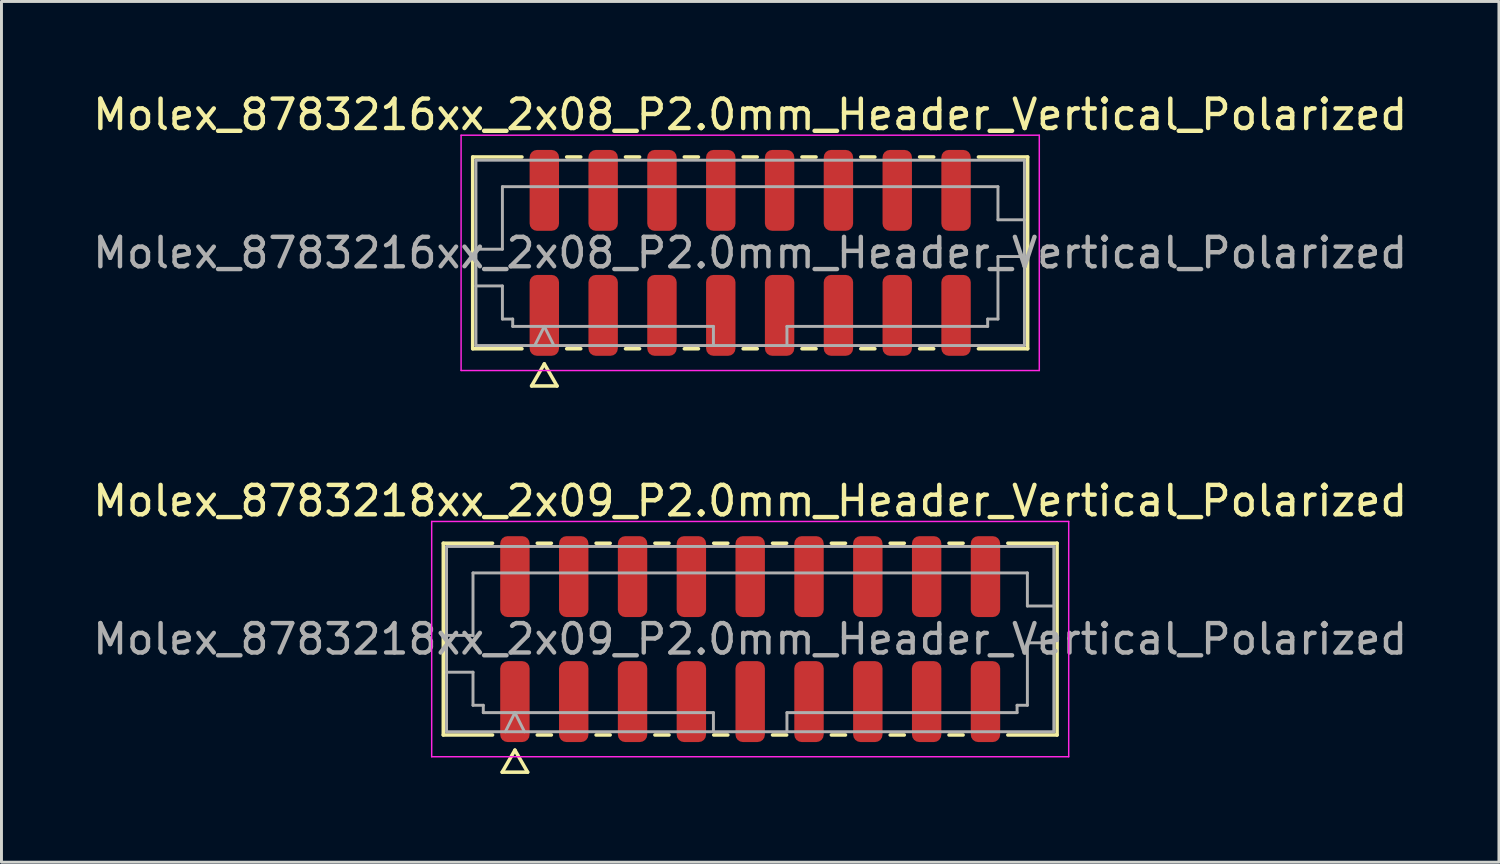
<source format=kicad_pcb>
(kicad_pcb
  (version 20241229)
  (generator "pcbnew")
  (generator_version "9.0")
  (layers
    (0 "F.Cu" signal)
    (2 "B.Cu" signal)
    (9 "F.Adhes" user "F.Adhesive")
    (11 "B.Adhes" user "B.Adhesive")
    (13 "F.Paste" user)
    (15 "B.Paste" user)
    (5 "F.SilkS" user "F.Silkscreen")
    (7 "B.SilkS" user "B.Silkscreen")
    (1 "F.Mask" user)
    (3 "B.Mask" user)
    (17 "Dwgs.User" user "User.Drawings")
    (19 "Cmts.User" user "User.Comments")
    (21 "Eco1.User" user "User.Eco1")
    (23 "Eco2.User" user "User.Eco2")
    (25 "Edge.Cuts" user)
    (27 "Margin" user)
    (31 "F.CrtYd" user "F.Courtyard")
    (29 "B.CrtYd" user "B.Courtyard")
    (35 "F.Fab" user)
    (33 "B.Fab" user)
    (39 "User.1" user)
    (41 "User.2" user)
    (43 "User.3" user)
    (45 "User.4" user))
  (footprint "Molex_8783218xx_2x09_P2.0mm_Header_Vertical_Polarized"
    (layer "F.Cu")
    (at 22.458 18.681)
    (property "Reference" "Molex_8783218xx_2x09_P2.0mm_Header_Vertical_Polarized" (at 0 -4.7 0) (layer "F.SilkS") (effects (font (size 1 1) (thickness 0.15))))
    (attr smd)
    (fp_line (start -10.435 -3.26) (end -8.76 -3.26) (stroke (width 0.12) (type solid)) (layer "F.SilkS"))
    (fp_line (start -10.435 3.26) (end -10.435 -3.26) (stroke (width 0.12) (type solid)) (layer "F.SilkS"))
    (fp_line (start -8.76 3.26) (end -10.435 3.26) (stroke (width 0.12) (type solid)) (layer "F.SilkS"))
    (fp_line (start -8.433 4.525) (end -8 3.775) (stroke (width 0.12) (type solid)) (layer "F.SilkS"))
    (fp_line (start -8 3.775) (end -7.567 4.525) (stroke (width 0.12) (type solid)) (layer "F.SilkS"))
    (fp_line (start -7.567 4.525) (end -8.433 4.525) (stroke (width 0.12) (type solid)) (layer "F.SilkS"))
    (fp_line (start -7.24 -3.26) (end -6.76 -3.26) (stroke (width 0.12) (type solid)) (layer "F.SilkS"))
    (fp_line (start -6.76 3.26) (end -7.24 3.26) (stroke (width 0.12) (type solid)) (layer "F.SilkS"))
    (fp_line (start -5.24 -3.26) (end -4.76 -3.26) (stroke (width 0.12) (type solid)) (layer "F.SilkS"))
    (fp_line (start -4.76 3.26) (end -5.24 3.26) (stroke (width 0.12) (type solid)) (layer "F.SilkS"))
    (fp_line (start -3.24 -3.26) (end -2.76 -3.26) (stroke (width 0.12) (type solid)) (layer "F.SilkS"))
    (fp_line (start -2.76 3.26) (end -3.24 3.26) (stroke (width 0.12) (type solid)) (layer "F.SilkS"))
    (fp_line (start -1.24 -3.26) (end -0.76 -3.26) (stroke (width 0.12) (type solid)) (layer "F.SilkS"))
    (fp_line (start -0.76 3.26) (end -1.24 3.26) (stroke (width 0.12) (type solid)) (layer "F.SilkS"))
    (fp_line (start 0.76 -3.26) (end 1.24 -3.26) (stroke (width 0.12) (type solid)) (layer "F.SilkS"))
    (fp_line (start 1.24 3.26) (end 0.76 3.26) (stroke (width 0.12) (type solid)) (layer "F.SilkS"))
    (fp_line (start 2.76 -3.26) (end 3.24 -3.26) (stroke (width 0.12) (type solid)) (layer "F.SilkS"))
    (fp_line (start 3.24 3.26) (end 2.76 3.26) (stroke (width 0.12) (type solid)) (layer "F.SilkS"))
    (fp_line (start 4.76 -3.26) (end 5.24 -3.26) (stroke (width 0.12) (type solid)) (layer "F.SilkS"))
    (fp_line (start 5.24 3.26) (end 4.76 3.26) (stroke (width 0.12) (type solid)) (layer "F.SilkS"))
    (fp_line (start 6.76 -3.26) (end 7.24 -3.26) (stroke (width 0.12) (type solid)) (layer "F.SilkS"))
    (fp_line (start 7.24 3.26) (end 6.76 3.26) (stroke (width 0.12) (type solid)) (layer "F.SilkS"))
    (fp_line (start 8.76 -3.26) (end 10.435 -3.26) (stroke (width 0.12) (type solid)) (layer "F.SilkS"))
    (fp_line (start 10.435 -3.26) (end 10.435 3.26) (stroke (width 0.12) (type solid)) (layer "F.SilkS"))
    (fp_line (start 10.435 3.26) (end 8.76 3.26) (stroke (width 0.12) (type solid)) (layer "F.SilkS"))
    (fp_line (start -10.83 -4) (end -10.83 4) (stroke (width 0.05) (type solid)) (layer "F.CrtYd"))
    (fp_line (start -10.83 4) (end 10.83 4) (stroke (width 0.05) (type solid)) (layer "F.CrtYd"))
    (fp_line (start 10.83 -4) (end -10.83 -4) (stroke (width 0.05) (type solid)) (layer "F.CrtYd"))
    (fp_line (start 10.83 4) (end 10.83 -4) (stroke (width 0.05) (type solid)) (layer "F.CrtYd"))
    (fp_line (start -10.325 -3.15) (end 10.325 -3.15) (stroke (width 0.1) (type solid)) (layer "F.Fab"))
    (fp_line (start -10.325 -0.125) (end -9.425 -0.125) (stroke (width 0.1) (type solid)) (layer "F.Fab"))
    (fp_line (start -10.325 1.125) (end -9.425 1.125) (stroke (width 0.1) (type solid)) (layer "F.Fab"))
    (fp_line (start -10.325 3.15) (end -10.325 -3.15) (stroke (width 0.1) (type solid)) (layer "F.Fab"))
    (fp_line (start -9.425 -2.25) (end 9.425 -2.25) (stroke (width 0.1) (type solid)) (layer "F.Fab"))
    (fp_line (start -9.425 -0.125) (end -9.425 -2.25) (stroke (width 0.1) (type solid)) (layer "F.Fab"))
    (fp_line (start -9.425 1.125) (end -9.425 2.25) (stroke (width 0.1) (type solid)) (layer "F.Fab"))
    (fp_line (start -9.425 2.25) (end -9.075 2.25) (stroke (width 0.1) (type solid)) (layer "F.Fab"))
    (fp_line (start -9.075 2.25) (end -9.075 2.5) (stroke (width 0.1) (type solid)) (layer "F.Fab"))
    (fp_line (start -9.075 2.5) (end -1.25 2.5) (stroke (width 0.1) (type solid)) (layer "F.Fab"))
    (fp_line (start -8.325 3.15) (end -8 2.5) (stroke (width 0.1) (type solid)) (layer "F.Fab"))
    (fp_line (start -8 2.5) (end -7.675 3.15) (stroke (width 0.1) (type solid)) (layer "F.Fab"))
    (fp_line (start -1.25 2.5) (end -1.25 3.15) (stroke (width 0.1) (type solid)) (layer "F.Fab"))
    (fp_line (start 1.25 2.5) (end 1.25 3.15) (stroke (width 0.1) (type solid)) (layer "F.Fab"))
    (fp_line (start 1.25 2.5) (end 9.075 2.5) (stroke (width 0.1) (type solid)) (layer "F.Fab"))
    (fp_line (start 9.075 2.25) (end 9.425 2.25) (stroke (width 0.1) (type solid)) (layer "F.Fab"))
    (fp_line (start 9.075 2.5) (end 9.075 2.25) (stroke (width 0.1) (type solid)) (layer "F.Fab"))
    (fp_line (start 9.425 -2.25) (end 9.425 -1.125) (stroke (width 0.1) (type solid)) (layer "F.Fab"))
    (fp_line (start 9.425 -1.125) (end 10.325 -1.125) (stroke (width 0.1) (type solid)) (layer "F.Fab"))
    (fp_line (start 9.425 0.125) (end 10.325 0.125) (stroke (width 0.1) (type solid)) (layer "F.Fab"))
    (fp_line (start 9.425 2.25) (end 9.425 0.125) (stroke (width 0.1) (type solid)) (layer "F.Fab"))
    (fp_line (start 10.325 -3.15) (end 10.325 3.15) (stroke (width 0.1) (type solid)) (layer "F.Fab"))
    (fp_line (start 10.325 3.15) (end -10.325 3.15) (stroke (width 0.1) (type solid)) (layer "F.Fab"))
    (fp_text user "${REFERENCE}" (at 0 0 0) (layer "F.Fab") (effects (font (size 1 1) (thickness 0.15))))
    (pad "1" smd roundrect (at -8 2.125) (size 1 2.75) (layers "F.Cu" "F.Mask" "F.Paste") (roundrect_rratio 0.25))
    (pad "2" smd roundrect (at -8 -2.125) (size 1 2.75) (layers "F.Cu" "F.Mask" "F.Paste") (roundrect_rratio 0.25))
    (pad "3" smd roundrect (at -6 2.125) (size 1 2.75) (layers "F.Cu" "F.Mask" "F.Paste") (roundrect_rratio 0.25))
    (pad "4" smd roundrect (at -6 -2.125) (size 1 2.75) (layers "F.Cu" "F.Mask" "F.Paste") (roundrect_rratio 0.25))
    (pad "5" smd roundrect (at -4 2.125) (size 1 2.75) (layers "F.Cu" "F.Mask" "F.Paste") (roundrect_rratio 0.25))
    (pad "6" smd roundrect (at -4 -2.125) (size 1 2.75) (layers "F.Cu" "F.Mask" "F.Paste") (roundrect_rratio 0.25))
    (pad "7" smd roundrect (at -2 2.125) (size 1 2.75) (layers "F.Cu" "F.Mask" "F.Paste") (roundrect_rratio 0.25))
    (pad "8" smd roundrect (at -2 -2.125) (size 1 2.75) (layers "F.Cu" "F.Mask" "F.Paste") (roundrect_rratio 0.25))
    (pad "9" smd roundrect (at 0 2.125) (size 1 2.75) (layers "F.Cu" "F.Mask" "F.Paste") (roundrect_rratio 0.25))
    (pad "10" smd roundrect (at 0 -2.125) (size 1 2.75) (layers "F.Cu" "F.Mask" "F.Paste") (roundrect_rratio 0.25))
    (pad "11" smd roundrect (at 2 2.125) (size 1 2.75) (layers "F.Cu" "F.Mask" "F.Paste") (roundrect_rratio 0.25))
    (pad "12" smd roundrect (at 2 -2.125) (size 1 2.75) (layers "F.Cu" "F.Mask" "F.Paste") (roundrect_rratio 0.25))
    (pad "13" smd roundrect (at 4 2.125) (size 1 2.75) (layers "F.Cu" "F.Mask" "F.Paste") (roundrect_rratio 0.25))
    (pad "14" smd roundrect (at 4 -2.125) (size 1 2.75) (layers "F.Cu" "F.Mask" "F.Paste") (roundrect_rratio 0.25))
    (pad "15" smd roundrect (at 6 2.125) (size 1 2.75) (layers "F.Cu" "F.Mask" "F.Paste") (roundrect_rratio 0.25))
    (pad "16" smd roundrect (at 6 -2.125) (size 1 2.75) (layers "F.Cu" "F.Mask" "F.Paste") (roundrect_rratio 0.25))
    (pad "17" smd roundrect (at 8 2.125) (size 1 2.75) (layers "F.Cu" "F.Mask" "F.Paste") (roundrect_rratio 0.25))
    (pad "18" smd roundrect (at 8 -2.125) (size 1 2.75) (layers "F.Cu" "F.Mask" "F.Paste") (roundrect_rratio 0.25)))
  (footprint "Molex_8783216xx_2x08_P2.0mm_Header_Vertical_Polarized"
    (layer "F.Cu")
    (at 22.458 5.548)
    (property "Reference" "Molex_8783216xx_2x08_P2.0mm_Header_Vertical_Polarized" (at 0 -4.7 0) (layer "F.SilkS") (effects (font (size 1 1) (thickness 0.15))))
    (attr smd)
    (fp_line (start -9.435 -3.26) (end -7.76 -3.26) (stroke (width 0.12) (type solid)) (layer "F.SilkS"))
    (fp_line (start -9.435 3.26) (end -9.435 -3.26) (stroke (width 0.12) (type solid)) (layer "F.SilkS"))
    (fp_line (start -7.76 3.26) (end -9.435 3.26) (stroke (width 0.12) (type solid)) (layer "F.SilkS"))
    (fp_line (start -7.433 4.525) (end -7 3.775) (stroke (width 0.12) (type solid)) (layer "F.SilkS"))
    (fp_line (start -7 3.775) (end -6.567 4.525) (stroke (width 0.12) (type solid)) (layer "F.SilkS"))
    (fp_line (start -6.567 4.525) (end -7.433 4.525) (stroke (width 0.12) (type solid)) (layer "F.SilkS"))
    (fp_line (start -6.24 -3.26) (end -5.76 -3.26) (stroke (width 0.12) (type solid)) (layer "F.SilkS"))
    (fp_line (start -5.76 3.26) (end -6.24 3.26) (stroke (width 0.12) (type solid)) (layer "F.SilkS"))
    (fp_line (start -4.24 -3.26) (end -3.76 -3.26) (stroke (width 0.12) (type solid)) (layer "F.SilkS"))
    (fp_line (start -3.76 3.26) (end -4.24 3.26) (stroke (width 0.12) (type solid)) (layer "F.SilkS"))
    (fp_line (start -2.24 -3.26) (end -1.76 -3.26) (stroke (width 0.12) (type solid)) (layer "F.SilkS"))
    (fp_line (start -1.76 3.26) (end -2.24 3.26) (stroke (width 0.12) (type solid)) (layer "F.SilkS"))
    (fp_line (start -0.24 -3.26) (end 0.24 -3.26) (stroke (width 0.12) (type solid)) (layer "F.SilkS"))
    (fp_line (start 0.24 3.26) (end -0.24 3.26) (stroke (width 0.12) (type solid)) (layer "F.SilkS"))
    (fp_line (start 1.76 -3.26) (end 2.24 -3.26) (stroke (width 0.12) (type solid)) (layer "F.SilkS"))
    (fp_line (start 2.24 3.26) (end 1.76 3.26) (stroke (width 0.12) (type solid)) (layer "F.SilkS"))
    (fp_line (start 3.76 -3.26) (end 4.24 -3.26) (stroke (width 0.12) (type solid)) (layer "F.SilkS"))
    (fp_line (start 4.24 3.26) (end 3.76 3.26) (stroke (width 0.12) (type solid)) (layer "F.SilkS"))
    (fp_line (start 5.76 -3.26) (end 6.24 -3.26) (stroke (width 0.12) (type solid)) (layer "F.SilkS"))
    (fp_line (start 6.24 3.26) (end 5.76 3.26) (stroke (width 0.12) (type solid)) (layer "F.SilkS"))
    (fp_line (start 7.76 -3.26) (end 9.435 -3.26) (stroke (width 0.12) (type solid)) (layer "F.SilkS"))
    (fp_line (start 9.435 -3.26) (end 9.435 3.26) (stroke (width 0.12) (type solid)) (layer "F.SilkS"))
    (fp_line (start 9.435 3.26) (end 7.76 3.26) (stroke (width 0.12) (type solid)) (layer "F.SilkS"))
    (fp_line (start -9.83 -4) (end -9.83 4) (stroke (width 0.05) (type solid)) (layer "F.CrtYd"))
    (fp_line (start -9.83 4) (end 9.83 4) (stroke (width 0.05) (type solid)) (layer "F.CrtYd"))
    (fp_line (start 9.83 -4) (end -9.83 -4) (stroke (width 0.05) (type solid)) (layer "F.CrtYd"))
    (fp_line (start 9.83 4) (end 9.83 -4) (stroke (width 0.05) (type solid)) (layer "F.CrtYd"))
    (fp_line (start -9.325 -3.15) (end 9.325 -3.15) (stroke (width 0.1) (type solid)) (layer "F.Fab"))
    (fp_line (start -9.325 -0.125) (end -8.425 -0.125) (stroke (width 0.1) (type solid)) (layer "F.Fab"))
    (fp_line (start -9.325 1.125) (end -8.425 1.125) (stroke (width 0.1) (type solid)) (layer "F.Fab"))
    (fp_line (start -9.325 3.15) (end -9.325 -3.15) (stroke (width 0.1) (type solid)) (layer "F.Fab"))
    (fp_line (start -8.425 -2.25) (end 8.425 -2.25) (stroke (width 0.1) (type solid)) (layer "F.Fab"))
    (fp_line (start -8.425 -0.125) (end -8.425 -2.25) (stroke (width 0.1) (type solid)) (layer "F.Fab"))
    (fp_line (start -8.425 1.125) (end -8.425 2.25) (stroke (width 0.1) (type solid)) (layer "F.Fab"))
    (fp_line (start -8.425 2.25) (end -8.075 2.25) (stroke (width 0.1) (type solid)) (layer "F.Fab"))
    (fp_line (start -8.075 2.25) (end -8.075 2.5) (stroke (width 0.1) (type solid)) (layer "F.Fab"))
    (fp_line (start -8.075 2.5) (end -1.25 2.5) (stroke (width 0.1) (type solid)) (layer "F.Fab"))
    (fp_line (start -7.325 3.15) (end -7 2.5) (stroke (width 0.1) (type solid)) (layer "F.Fab"))
    (fp_line (start -7 2.5) (end -6.675 3.15) (stroke (width 0.1) (type solid)) (layer "F.Fab"))
    (fp_line (start -1.25 2.5) (end -1.25 3.15) (stroke (width 0.1) (type solid)) (layer "F.Fab"))
    (fp_line (start 1.25 2.5) (end 1.25 3.15) (stroke (width 0.1) (type solid)) (layer "F.Fab"))
    (fp_line (start 1.25 2.5) (end 8.075 2.5) (stroke (width 0.1) (type solid)) (layer "F.Fab"))
    (fp_line (start 8.075 2.25) (end 8.425 2.25) (stroke (width 0.1) (type solid)) (layer "F.Fab"))
    (fp_line (start 8.075 2.5) (end 8.075 2.25) (stroke (width 0.1) (type solid)) (layer "F.Fab"))
    (fp_line (start 8.425 -2.25) (end 8.425 -1.125) (stroke (width 0.1) (type solid)) (layer "F.Fab"))
    (fp_line (start 8.425 -1.125) (end 9.325 -1.125) (stroke (width 0.1) (type solid)) (layer "F.Fab"))
    (fp_line (start 8.425 0.125) (end 9.325 0.125) (stroke (width 0.1) (type solid)) (layer "F.Fab"))
    (fp_line (start 8.425 2.25) (end 8.425 0.125) (stroke (width 0.1) (type solid)) (layer "F.Fab"))
    (fp_line (start 9.325 -3.15) (end 9.325 3.15) (stroke (width 0.1) (type solid)) (layer "F.Fab"))
    (fp_line (start 9.325 3.15) (end -9.325 3.15) (stroke (width 0.1) (type solid)) (layer "F.Fab"))
    (fp_text user "${REFERENCE}" (at 0 0 0) (layer "F.Fab") (effects (font (size 1 1) (thickness 0.15))))
    (pad "1" smd roundrect (at -7 2.125) (size 1 2.75) (layers "F.Cu" "F.Mask" "F.Paste") (roundrect_rratio 0.25))
    (pad "2" smd roundrect (at -7 -2.125) (size 1 2.75) (layers "F.Cu" "F.Mask" "F.Paste") (roundrect_rratio 0.25))
    (pad "3" smd roundrect (at -5 2.125) (size 1 2.75) (layers "F.Cu" "F.Mask" "F.Paste") (roundrect_rratio 0.25))
    (pad "4" smd roundrect (at -5 -2.125) (size 1 2.75) (layers "F.Cu" "F.Mask" "F.Paste") (roundrect_rratio 0.25))
    (pad "5" smd roundrect (at -3 2.125) (size 1 2.75) (layers "F.Cu" "F.Mask" "F.Paste") (roundrect_rratio 0.25))
    (pad "6" smd roundrect (at -3 -2.125) (size 1 2.75) (layers "F.Cu" "F.Mask" "F.Paste") (roundrect_rratio 0.25))
    (pad "7" smd roundrect (at -1 2.125) (size 1 2.75) (layers "F.Cu" "F.Mask" "F.Paste") (roundrect_rratio 0.25))
    (pad "8" smd roundrect (at -1 -2.125) (size 1 2.75) (layers "F.Cu" "F.Mask" "F.Paste") (roundrect_rratio 0.25))
    (pad "9" smd roundrect (at 1 2.125) (size 1 2.75) (layers "F.Cu" "F.Mask" "F.Paste") (roundrect_rratio 0.25))
    (pad "10" smd roundrect (at 1 -2.125) (size 1 2.75) (layers "F.Cu" "F.Mask" "F.Paste") (roundrect_rratio 0.25))
    (pad "11" smd roundrect (at 3 2.125) (size 1 2.75) (layers "F.Cu" "F.Mask" "F.Paste") (roundrect_rratio 0.25))
    (pad "12" smd roundrect (at 3 -2.125) (size 1 2.75) (layers "F.Cu" "F.Mask" "F.Paste") (roundrect_rratio 0.25))
    (pad "13" smd roundrect (at 5 2.125) (size 1 2.75) (layers "F.Cu" "F.Mask" "F.Paste") (roundrect_rratio 0.25))
    (pad "14" smd roundrect (at 5 -2.125) (size 1 2.75) (layers "F.Cu" "F.Mask" "F.Paste") (roundrect_rratio 0.25))
    (pad "15" smd roundrect (at 7 2.125) (size 1 2.75) (layers "F.Cu" "F.Mask" "F.Paste") (roundrect_rratio 0.25))
    (pad "16" smd roundrect (at 7 -2.125) (size 1 2.75) (layers "F.Cu" "F.Mask" "F.Paste") (roundrect_rratio 0.25)))
  (gr_rect
    (start -3 -3)
    (end 47.917 26.267)
    (stroke (width 0.1) (type default))
    (fill no)
    (layer "Edge.Cuts")))
</source>
